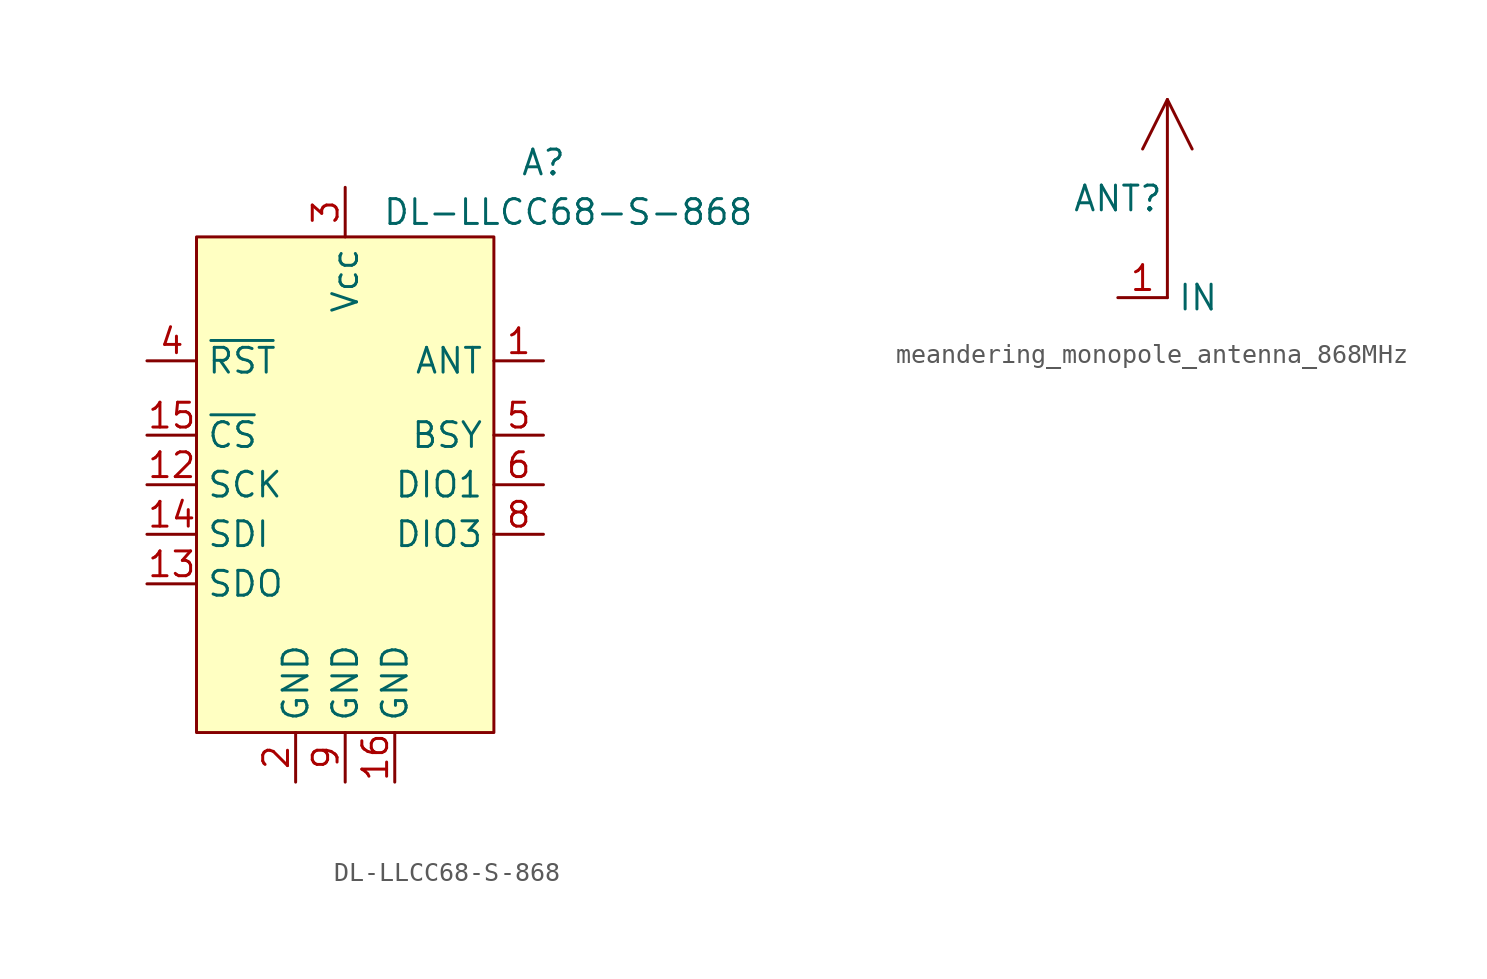
<source format=kicad_sym>
(kicad_symbol_lib
  (version 20220914)
  (generator kicad_symbol_editor)
  (symbol "DL-LLCC68-S-868"
    (property "Reference" "A"
      (at 10.16 16.51 0)
      (do_not_autoplace)
      (effects (font (size 1.27 1.27))))
    (property "Value" "DL-LLCC68-S-868"
      (at 11.43 13.97 0)
      (do_not_autoplace)
      (effects (font (size 1.27 1.27))))
    (symbol "DL-LLCC68-S-868_1_1"
      (rectangle (start -7.62 12.7) (end 7.62 -12.7) (stroke (width 0) (type default)) (fill (type background)))
      (pin output line (at 10.16 6.35 180) (length 2.54) (name "ANT" (effects (font (size 1.27 1.27)))) (number "1" (effects (font (size 1.27 1.27)))))
      (pin input line (at -10.16 0 0) (length 2.54) (name "SCK" (effects (font (size 1.27 1.27)))) (number "12" (effects (font (size 1.27 1.27)))))
      (pin output line (at -10.16 -5.08 0) (length 2.54) (name "SDO" (effects (font (size 1.27 1.27)))) (number "13" (effects (font (size 1.27 1.27)))))
      (pin input line (at -10.16 -2.54 0) (length 2.54) (name "SDI" (effects (font (size 1.27 1.27)))) (number "14" (effects (font (size 1.27 1.27)))))
      (pin input line (at -10.16 2.54 0) (length 2.54) (name "~{CS}" (effects (font (size 1.27 1.27)))) (number "15" (effects (font (size 1.27 1.27)))))
      (pin power_in line (at 2.54 -15.24 90) (length 2.54) (name "GND" (effects (font (size 1.27 1.27)))) (number "16" (effects (font (size 1.27 1.27)))))
      (pin power_in line (at -2.54 -15.24 90) (length 2.54) (name "GND" (effects (font (size 1.27 1.27)))) (number "2" (effects (font (size 1.27 1.27)))))
      (pin power_in line (at 0 15.24 270) (length 2.54) (name "Vcc" (effects (font (size 1.27 1.27)))) (number "3" (effects (font (size 1.27 1.27)))))
      (pin input line (at -10.16 6.35 0) (length 2.54) (name "~{RST}" (effects (font (size 1.27 1.27)))) (number "4" (effects (font (size 1.27 1.27)))))
      (pin output line (at 10.16 2.54 180) (length 2.54) (name "BSY" (effects (font (size 1.27 1.27)))) (number "5" (effects (font (size 1.27 1.27)))))
      (pin bidirectional line (at 10.16 0 180) (length 2.54) (name "DIO1" (effects (font (size 1.27 1.27)))) (number "6" (effects (font (size 1.27 1.27)))))
      (pin bidirectional line (at 10.16 -2.54 180) (length 2.54) (name "DIO3" (effects (font (size 1.27 1.27)))) (number "8" (effects (font (size 1.27 1.27)))))
      (pin power_in line (at 0 -15.24 90) (length 2.54) (name "GND" (effects (font (size 1.27 1.27)))) (number "9" (effects (font (size 1.27 1.27)))))))
  (symbol "meandering_monopole_antenna_868MHz"
    (property "Reference" "ANT"
      (at -2.54 5.08 0)
      (do_not_autoplace)
      (effects (font (size 1.27 1.27))))
    (property "Value" ""
      (at 0 0 0)
      (effects (font (size 1.27 1.27))))
    (symbol "meandering_monopole_antenna_868MHz_0_1"
      (polyline (pts (xy 0 0) (xy 0 10.16)) (stroke (width 0) (type default)) (fill (type none)))
      (polyline (pts (xy -1.27 7.62) (xy 0 10.16) (xy 1.27 7.62)) (stroke (width 0) (type default)) (fill (type none))))
    (symbol "meandering_monopole_antenna_868MHz_1_1"
      (pin input line (at -2.54 0 0) (length 2.54) (name "IN" (effects (font (size 1.27 1.27)))) (number "1" (effects (font (size 1.27 1.27))))))))
</source>
